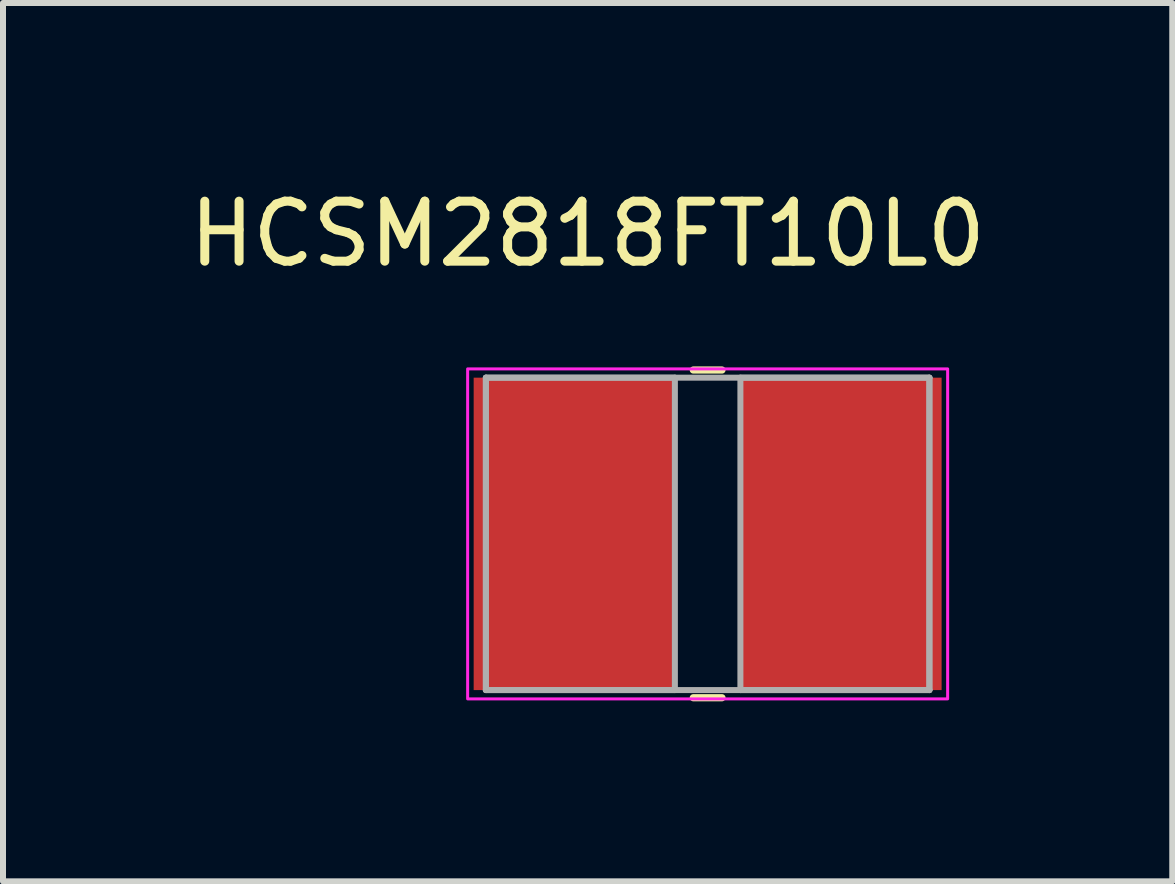
<source format=kicad_pcb>
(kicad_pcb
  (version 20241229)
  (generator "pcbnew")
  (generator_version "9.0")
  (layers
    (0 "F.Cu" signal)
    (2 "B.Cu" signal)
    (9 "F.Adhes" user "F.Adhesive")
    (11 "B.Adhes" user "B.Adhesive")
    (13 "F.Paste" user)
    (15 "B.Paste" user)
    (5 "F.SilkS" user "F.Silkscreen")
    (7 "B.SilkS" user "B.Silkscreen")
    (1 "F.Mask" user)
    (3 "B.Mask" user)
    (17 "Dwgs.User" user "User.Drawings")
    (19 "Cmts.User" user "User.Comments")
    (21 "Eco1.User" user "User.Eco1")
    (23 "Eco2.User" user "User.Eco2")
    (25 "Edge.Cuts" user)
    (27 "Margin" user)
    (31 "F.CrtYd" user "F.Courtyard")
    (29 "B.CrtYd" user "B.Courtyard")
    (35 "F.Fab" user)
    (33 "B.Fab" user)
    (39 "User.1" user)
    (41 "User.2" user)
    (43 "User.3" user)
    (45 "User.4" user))
  (footprint "HCSM2818FT10L0"
    (layer "F.Cu")
    (at 8.744 5.848)
    (property "Reference" "HCSM2818FT10L0" (at -2 -5 0) (layer "F.SilkS") (effects (font (size 1 1) (thickness 0.15))))
    (attr through_hole)
    (fp_line (start -0.239 2.731) (end 0.239 2.731) (stroke (width 0.12) (type solid)) (layer "F.SilkS"))
    (fp_line (start 0.239 -2.731) (end -0.239 -2.731) (stroke (width 0.12) (type solid)) (layer "F.SilkS"))
    (fp_rect (start -4 2.75) (end 4 -2.75) (stroke (width 0.05) (type solid)) (fill no) (layer "F.CrtYd"))
    (fp_line (start -3.696 -2.603) (end -3.696 2.603) (stroke (width 0.1) (type solid)) (layer "F.Fab"))
    (fp_line (start -3.696 -2.603) (end -3.696 2.603) (stroke (width 0.1) (type solid)) (layer "F.Fab"))
    (fp_line (start -3.696 2.603) (end -0.546 2.603) (stroke (width 0.1) (type solid)) (layer "F.Fab"))
    (fp_line (start -3.696 2.603) (end 3.696 2.603) (stroke (width 0.1) (type solid)) (layer "F.Fab"))
    (fp_line (start -0.546 -2.603) (end -3.696 -2.603) (stroke (width 0.1) (type solid)) (layer "F.Fab"))
    (fp_line (start -0.546 2.603) (end -0.546 -2.603) (stroke (width 0.1) (type solid)) (layer "F.Fab"))
    (fp_line (start 0.546 -2.603) (end 0.546 2.603) (stroke (width 0.1) (type solid)) (layer "F.Fab"))
    (fp_line (start 0.546 2.603) (end 3.696 2.603) (stroke (width 0.1) (type solid)) (layer "F.Fab"))
    (fp_line (start 3.696 -2.603) (end -3.696 -2.603) (stroke (width 0.1) (type solid)) (layer "F.Fab"))
    (fp_line (start 3.696 -2.603) (end 0.546 -2.603) (stroke (width 0.1) (type solid)) (layer "F.Fab"))
    (fp_line (start 3.696 2.603) (end 3.696 -2.603) (stroke (width 0.1) (type solid)) (layer "F.Fab"))
    (fp_line (start 3.696 2.603) (end 3.696 -2.603) (stroke (width 0.1) (type solid)) (layer "F.Fab"))
    (pad "1" smd rect (at -2.223 0) (size 3.353 5.207) (layers "F.Cu" "F.Mask" "F.Paste"))
    (pad "2" smd rect (at 2.223 0) (size 3.353 5.207) (layers "F.Cu" "F.Mask" "F.Paste")))
  (gr_rect
    (start -3 -3)
    (end 16.488 11.639)
    (stroke (width 0.1) (type default))
    (fill no)
    (layer "Edge.Cuts")))
</source>
